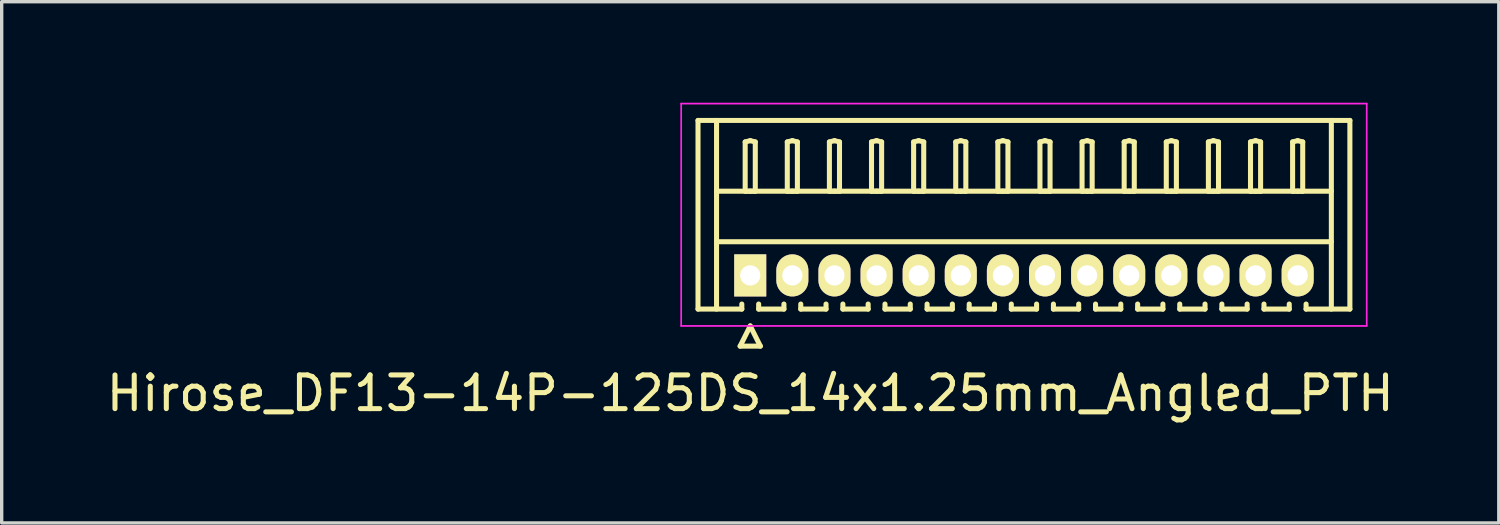
<source format=kicad_pcb>
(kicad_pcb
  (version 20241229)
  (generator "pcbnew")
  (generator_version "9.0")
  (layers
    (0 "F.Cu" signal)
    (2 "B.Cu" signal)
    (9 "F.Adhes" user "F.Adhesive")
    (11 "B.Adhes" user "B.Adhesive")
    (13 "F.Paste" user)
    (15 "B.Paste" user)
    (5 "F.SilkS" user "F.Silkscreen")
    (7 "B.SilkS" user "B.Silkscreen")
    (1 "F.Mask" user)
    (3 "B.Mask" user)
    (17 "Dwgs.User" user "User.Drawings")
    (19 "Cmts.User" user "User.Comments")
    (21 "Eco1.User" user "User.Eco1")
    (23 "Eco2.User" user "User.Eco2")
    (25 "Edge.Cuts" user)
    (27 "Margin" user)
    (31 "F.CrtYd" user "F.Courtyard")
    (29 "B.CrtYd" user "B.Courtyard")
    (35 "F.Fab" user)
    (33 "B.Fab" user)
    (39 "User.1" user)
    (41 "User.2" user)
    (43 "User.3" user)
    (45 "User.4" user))
  (footprint "Hirose_DF13-14P-125DS_14x1.25mm_Angled_PTH"
    (layer "F.Cu")
    (at 19.22 5.125)
    (property "Reference" "Hirose_DF13-14P-125DS_14x1.25mm_Angled_PTH" (at 0 3.5 0) (layer "F.SilkS") (effects (font (size 1 1) (thickness 0.15))))
    (attr through_hole)
    (fp_line (start -1.55 -4.6) (end 17.8 -4.6) (stroke (width 0.15) (type solid)) (layer "F.SilkS"))
    (fp_line (start -1.55 1) (end -1.55 -4.6) (stroke (width 0.15) (type solid)) (layer "F.SilkS"))
    (fp_line (start -1 -4.6) (end -1 1) (stroke (width 0.15) (type solid)) (layer "F.SilkS"))
    (fp_line (start -1 -2.5) (end 17.25 -2.5) (stroke (width 0.15) (type solid)) (layer "F.SilkS"))
    (fp_line (start -1 -1) (end 17.25 -1) (stroke (width 0.15) (type solid)) (layer "F.SilkS"))
    (fp_line (start -0.3 2.1) (end 0.3 2.1) (stroke (width 0.15) (type solid)) (layer "F.SilkS"))
    (fp_line (start -0.25 0.85) (end -0.25 1) (stroke (width 0.15) (type solid)) (layer "F.SilkS"))
    (fp_line (start -0.25 1) (end -1.55 1) (stroke (width 0.15) (type solid)) (layer "F.SilkS"))
    (fp_line (start -0.15 -3.962) (end 0 -4) (stroke (width 0.15) (type solid)) (layer "F.SilkS"))
    (fp_line (start -0.15 -2.5) (end -0.15 -3.962) (stroke (width 0.15) (type solid)) (layer "F.SilkS"))
    (fp_line (start 0 -4) (end 0.15 -3.962) (stroke (width 0.15) (type solid)) (layer "F.SilkS"))
    (fp_line (start 0 -2.5) (end -0.15 -2.5) (stroke (width 0.15) (type solid)) (layer "F.SilkS"))
    (fp_line (start 0 1.5) (end -0.3 2.1) (stroke (width 0.15) (type solid)) (layer "F.SilkS"))
    (fp_line (start 0.15 -3.962) (end 0.15 -2.5) (stroke (width 0.15) (type solid)) (layer "F.SilkS"))
    (fp_line (start 0.15 -2.5) (end 0 -2.5) (stroke (width 0.15) (type solid)) (layer "F.SilkS"))
    (fp_line (start 0.25 0.85) (end 0.25 1) (stroke (width 0.15) (type solid)) (layer "F.SilkS"))
    (fp_line (start 0.25 1) (end 1 1) (stroke (width 0.15) (type solid)) (layer "F.SilkS"))
    (fp_line (start 0.3 2.1) (end 0 1.5) (stroke (width 0.15) (type solid)) (layer "F.SilkS"))
    (fp_line (start 1 1) (end 1 0.85) (stroke (width 0.15) (type solid)) (layer "F.SilkS"))
    (fp_line (start 1.1 -3.962) (end 1.25 -4) (stroke (width 0.15) (type solid)) (layer "F.SilkS"))
    (fp_line (start 1.1 -2.5) (end 1.1 -3.962) (stroke (width 0.15) (type solid)) (layer "F.SilkS"))
    (fp_line (start 1.25 -4) (end 1.4 -3.962) (stroke (width 0.15) (type solid)) (layer "F.SilkS"))
    (fp_line (start 1.25 -2.5) (end 1.1 -2.5) (stroke (width 0.15) (type solid)) (layer "F.SilkS"))
    (fp_line (start 1.4 -3.962) (end 1.4 -2.5) (stroke (width 0.15) (type solid)) (layer "F.SilkS"))
    (fp_line (start 1.4 -2.5) (end 1.25 -2.5) (stroke (width 0.15) (type solid)) (layer "F.SilkS"))
    (fp_line (start 1.5 0.85) (end 1.5 1) (stroke (width 0.15) (type solid)) (layer "F.SilkS"))
    (fp_line (start 1.5 1) (end 2.25 1) (stroke (width 0.15) (type solid)) (layer "F.SilkS"))
    (fp_line (start 2.25 1) (end 2.25 0.85) (stroke (width 0.15) (type solid)) (layer "F.SilkS"))
    (fp_line (start 2.35 -3.962) (end 2.5 -4) (stroke (width 0.15) (type solid)) (layer "F.SilkS"))
    (fp_line (start 2.35 -2.5) (end 2.35 -3.962) (stroke (width 0.15) (type solid)) (layer "F.SilkS"))
    (fp_line (start 2.5 -4) (end 2.65 -3.962) (stroke (width 0.15) (type solid)) (layer "F.SilkS"))
    (fp_line (start 2.5 -2.5) (end 2.35 -2.5) (stroke (width 0.15) (type solid)) (layer "F.SilkS"))
    (fp_line (start 2.65 -3.962) (end 2.65 -2.5) (stroke (width 0.15) (type solid)) (layer "F.SilkS"))
    (fp_line (start 2.65 -2.5) (end 2.5 -2.5) (stroke (width 0.15) (type solid)) (layer "F.SilkS"))
    (fp_line (start 2.75 0.85) (end 2.75 1) (stroke (width 0.15) (type solid)) (layer "F.SilkS"))
    (fp_line (start 2.75 1) (end 3.5 1) (stroke (width 0.15) (type solid)) (layer "F.SilkS"))
    (fp_line (start 3.5 1) (end 3.5 0.85) (stroke (width 0.15) (type solid)) (layer "F.SilkS"))
    (fp_line (start 3.6 -3.962) (end 3.75 -4) (stroke (width 0.15) (type solid)) (layer "F.SilkS"))
    (fp_line (start 3.6 -2.5) (end 3.6 -3.962) (stroke (width 0.15) (type solid)) (layer "F.SilkS"))
    (fp_line (start 3.75 -4) (end 3.9 -3.962) (stroke (width 0.15) (type solid)) (layer "F.SilkS"))
    (fp_line (start 3.75 -2.5) (end 3.6 -2.5) (stroke (width 0.15) (type solid)) (layer "F.SilkS"))
    (fp_line (start 3.9 -3.962) (end 3.9 -2.5) (stroke (width 0.15) (type solid)) (layer "F.SilkS"))
    (fp_line (start 3.9 -2.5) (end 3.75 -2.5) (stroke (width 0.15) (type solid)) (layer "F.SilkS"))
    (fp_line (start 4 0.85) (end 4 1) (stroke (width 0.15) (type solid)) (layer "F.SilkS"))
    (fp_line (start 4 1) (end 4.75 1) (stroke (width 0.15) (type solid)) (layer "F.SilkS"))
    (fp_line (start 4.75 1) (end 4.75 0.85) (stroke (width 0.15) (type solid)) (layer "F.SilkS"))
    (fp_line (start 4.85 -3.962) (end 5 -4) (stroke (width 0.15) (type solid)) (layer "F.SilkS"))
    (fp_line (start 4.85 -2.5) (end 4.85 -3.962) (stroke (width 0.15) (type solid)) (layer "F.SilkS"))
    (fp_line (start 5 -4) (end 5.15 -3.962) (stroke (width 0.15) (type solid)) (layer "F.SilkS"))
    (fp_line (start 5 -2.5) (end 4.85 -2.5) (stroke (width 0.15) (type solid)) (layer "F.SilkS"))
    (fp_line (start 5.15 -3.962) (end 5.15 -2.5) (stroke (width 0.15) (type solid)) (layer "F.SilkS"))
    (fp_line (start 5.15 -2.5) (end 5 -2.5) (stroke (width 0.15) (type solid)) (layer "F.SilkS"))
    (fp_line (start 5.25 0.85) (end 5.25 1) (stroke (width 0.15) (type solid)) (layer "F.SilkS"))
    (fp_line (start 5.25 1) (end 6 1) (stroke (width 0.15) (type solid)) (layer "F.SilkS"))
    (fp_line (start 6 1) (end 6 0.85) (stroke (width 0.15) (type solid)) (layer "F.SilkS"))
    (fp_line (start 6.1 -3.962) (end 6.25 -4) (stroke (width 0.15) (type solid)) (layer "F.SilkS"))
    (fp_line (start 6.1 -2.5) (end 6.1 -3.962) (stroke (width 0.15) (type solid)) (layer "F.SilkS"))
    (fp_line (start 6.25 -4) (end 6.4 -3.962) (stroke (width 0.15) (type solid)) (layer "F.SilkS"))
    (fp_line (start 6.25 -2.5) (end 6.1 -2.5) (stroke (width 0.15) (type solid)) (layer "F.SilkS"))
    (fp_line (start 6.4 -3.962) (end 6.4 -2.5) (stroke (width 0.15) (type solid)) (layer "F.SilkS"))
    (fp_line (start 6.4 -2.5) (end 6.25 -2.5) (stroke (width 0.15) (type solid)) (layer "F.SilkS"))
    (fp_line (start 6.5 0.85) (end 6.5 1) (stroke (width 0.15) (type solid)) (layer "F.SilkS"))
    (fp_line (start 6.5 1) (end 7.25 1) (stroke (width 0.15) (type solid)) (layer "F.SilkS"))
    (fp_line (start 7.25 1) (end 7.25 0.85) (stroke (width 0.15) (type solid)) (layer "F.SilkS"))
    (fp_line (start 7.35 -3.962) (end 7.5 -4) (stroke (width 0.15) (type solid)) (layer "F.SilkS"))
    (fp_line (start 7.35 -2.5) (end 7.35 -3.962) (stroke (width 0.15) (type solid)) (layer "F.SilkS"))
    (fp_line (start 7.5 -4) (end 7.65 -3.962) (stroke (width 0.15) (type solid)) (layer "F.SilkS"))
    (fp_line (start 7.5 -2.5) (end 7.35 -2.5) (stroke (width 0.15) (type solid)) (layer "F.SilkS"))
    (fp_line (start 7.65 -3.962) (end 7.65 -2.5) (stroke (width 0.15) (type solid)) (layer "F.SilkS"))
    (fp_line (start 7.65 -2.5) (end 7.5 -2.5) (stroke (width 0.15) (type solid)) (layer "F.SilkS"))
    (fp_line (start 7.75 0.85) (end 7.75 1) (stroke (width 0.15) (type solid)) (layer "F.SilkS"))
    (fp_line (start 7.75 1) (end 8.5 1) (stroke (width 0.15) (type solid)) (layer "F.SilkS"))
    (fp_line (start 8.5 1) (end 8.5 0.85) (stroke (width 0.15) (type solid)) (layer "F.SilkS"))
    (fp_line (start 8.6 -3.962) (end 8.75 -4) (stroke (width 0.15) (type solid)) (layer "F.SilkS"))
    (fp_line (start 8.6 -2.5) (end 8.6 -3.962) (stroke (width 0.15) (type solid)) (layer "F.SilkS"))
    (fp_line (start 8.75 -4) (end 8.9 -3.962) (stroke (width 0.15) (type solid)) (layer "F.SilkS"))
    (fp_line (start 8.75 -2.5) (end 8.6 -2.5) (stroke (width 0.15) (type solid)) (layer "F.SilkS"))
    (fp_line (start 8.9 -3.962) (end 8.9 -2.5) (stroke (width 0.15) (type solid)) (layer "F.SilkS"))
    (fp_line (start 8.9 -2.5) (end 8.75 -2.5) (stroke (width 0.15) (type solid)) (layer "F.SilkS"))
    (fp_line (start 9 0.85) (end 9 1) (stroke (width 0.15) (type solid)) (layer "F.SilkS"))
    (fp_line (start 9 1) (end 9.75 1) (stroke (width 0.15) (type solid)) (layer "F.SilkS"))
    (fp_line (start 9.75 1) (end 9.75 0.85) (stroke (width 0.15) (type solid)) (layer "F.SilkS"))
    (fp_line (start 9.85 -3.962) (end 10 -4) (stroke (width 0.15) (type solid)) (layer "F.SilkS"))
    (fp_line (start 9.85 -2.5) (end 9.85 -3.962) (stroke (width 0.15) (type solid)) (layer "F.SilkS"))
    (fp_line (start 10 -4) (end 10.15 -3.962) (stroke (width 0.15) (type solid)) (layer "F.SilkS"))
    (fp_line (start 10 -2.5) (end 9.85 -2.5) (stroke (width 0.15) (type solid)) (layer "F.SilkS"))
    (fp_line (start 10.15 -3.962) (end 10.15 -2.5) (stroke (width 0.15) (type solid)) (layer "F.SilkS"))
    (fp_line (start 10.15 -2.5) (end 10 -2.5) (stroke (width 0.15) (type solid)) (layer "F.SilkS"))
    (fp_line (start 10.25 0.85) (end 10.25 1) (stroke (width 0.15) (type solid)) (layer "F.SilkS"))
    (fp_line (start 10.25 1) (end 11 1) (stroke (width 0.15) (type solid)) (layer "F.SilkS"))
    (fp_line (start 11 1) (end 11 0.85) (stroke (width 0.15) (type solid)) (layer "F.SilkS"))
    (fp_line (start 11.1 -3.962) (end 11.25 -4) (stroke (width 0.15) (type solid)) (layer "F.SilkS"))
    (fp_line (start 11.1 -2.5) (end 11.1 -3.962) (stroke (width 0.15) (type solid)) (layer "F.SilkS"))
    (fp_line (start 11.25 -4) (end 11.4 -3.962) (stroke (width 0.15) (type solid)) (layer "F.SilkS"))
    (fp_line (start 11.25 -2.5) (end 11.1 -2.5) (stroke (width 0.15) (type solid)) (layer "F.SilkS"))
    (fp_line (start 11.4 -3.962) (end 11.4 -2.5) (stroke (width 0.15) (type solid)) (layer "F.SilkS"))
    (fp_line (start 11.4 -2.5) (end 11.25 -2.5) (stroke (width 0.15) (type solid)) (layer "F.SilkS"))
    (fp_line (start 11.5 0.85) (end 11.5 1) (stroke (width 0.15) (type solid)) (layer "F.SilkS"))
    (fp_line (start 11.5 1) (end 12.25 1) (stroke (width 0.15) (type solid)) (layer "F.SilkS"))
    (fp_line (start 12.25 1) (end 12.25 0.85) (stroke (width 0.15) (type solid)) (layer "F.SilkS"))
    (fp_line (start 12.35 -3.962) (end 12.5 -4) (stroke (width 0.15) (type solid)) (layer "F.SilkS"))
    (fp_line (start 12.35 -2.5) (end 12.35 -3.962) (stroke (width 0.15) (type solid)) (layer "F.SilkS"))
    (fp_line (start 12.5 -4) (end 12.65 -3.962) (stroke (width 0.15) (type solid)) (layer "F.SilkS"))
    (fp_line (start 12.5 -2.5) (end 12.35 -2.5) (stroke (width 0.15) (type solid)) (layer "F.SilkS"))
    (fp_line (start 12.65 -3.962) (end 12.65 -2.5) (stroke (width 0.15) (type solid)) (layer "F.SilkS"))
    (fp_line (start 12.65 -2.5) (end 12.5 -2.5) (stroke (width 0.15) (type solid)) (layer "F.SilkS"))
    (fp_line (start 12.75 0.85) (end 12.75 1) (stroke (width 0.15) (type solid)) (layer "F.SilkS"))
    (fp_line (start 12.75 1) (end 13.5 1) (stroke (width 0.15) (type solid)) (layer "F.SilkS"))
    (fp_line (start 13.5 1) (end 13.5 0.85) (stroke (width 0.15) (type solid)) (layer "F.SilkS"))
    (fp_line (start 13.6 -3.962) (end 13.75 -4) (stroke (width 0.15) (type solid)) (layer "F.SilkS"))
    (fp_line (start 13.6 -2.5) (end 13.6 -3.962) (stroke (width 0.15) (type solid)) (layer "F.SilkS"))
    (fp_line (start 13.75 -4) (end 13.9 -3.962) (stroke (width 0.15) (type solid)) (layer "F.SilkS"))
    (fp_line (start 13.75 -2.5) (end 13.6 -2.5) (stroke (width 0.15) (type solid)) (layer "F.SilkS"))
    (fp_line (start 13.9 -3.962) (end 13.9 -2.5) (stroke (width 0.15) (type solid)) (layer "F.SilkS"))
    (fp_line (start 13.9 -2.5) (end 13.75 -2.5) (stroke (width 0.15) (type solid)) (layer "F.SilkS"))
    (fp_line (start 14 0.85) (end 14 1) (stroke (width 0.15) (type solid)) (layer "F.SilkS"))
    (fp_line (start 14 1) (end 14.75 1) (stroke (width 0.15) (type solid)) (layer "F.SilkS"))
    (fp_line (start 14.75 1) (end 14.75 0.85) (stroke (width 0.15) (type solid)) (layer "F.SilkS"))
    (fp_line (start 14.85 -3.962) (end 15 -4) (stroke (width 0.15) (type solid)) (layer "F.SilkS"))
    (fp_line (start 14.85 -2.5) (end 14.85 -3.962) (stroke (width 0.15) (type solid)) (layer "F.SilkS"))
    (fp_line (start 15 -4) (end 15.15 -3.962) (stroke (width 0.15) (type solid)) (layer "F.SilkS"))
    (fp_line (start 15 -2.5) (end 14.85 -2.5) (stroke (width 0.15) (type solid)) (layer "F.SilkS"))
    (fp_line (start 15.15 -3.962) (end 15.15 -2.5) (stroke (width 0.15) (type solid)) (layer "F.SilkS"))
    (fp_line (start 15.15 -2.5) (end 15 -2.5) (stroke (width 0.15) (type solid)) (layer "F.SilkS"))
    (fp_line (start 15.25 0.85) (end 15.25 1) (stroke (width 0.15) (type solid)) (layer "F.SilkS"))
    (fp_line (start 15.25 1) (end 16 1) (stroke (width 0.15) (type solid)) (layer "F.SilkS"))
    (fp_line (start 16 1) (end 16 0.85) (stroke (width 0.15) (type solid)) (layer "F.SilkS"))
    (fp_line (start 16.1 -3.962) (end 16.25 -4) (stroke (width 0.15) (type solid)) (layer "F.SilkS"))
    (fp_line (start 16.1 -2.5) (end 16.1 -3.962) (stroke (width 0.15) (type solid)) (layer "F.SilkS"))
    (fp_line (start 16.25 -4) (end 16.4 -3.962) (stroke (width 0.15) (type solid)) (layer "F.SilkS"))
    (fp_line (start 16.25 -2.5) (end 16.1 -2.5) (stroke (width 0.15) (type solid)) (layer "F.SilkS"))
    (fp_line (start 16.4 -3.962) (end 16.4 -2.5) (stroke (width 0.15) (type solid)) (layer "F.SilkS"))
    (fp_line (start 16.4 -2.5) (end 16.25 -2.5) (stroke (width 0.15) (type solid)) (layer "F.SilkS"))
    (fp_line (start 16.5 1) (end 16.5 0.85) (stroke (width 0.15) (type solid)) (layer "F.SilkS"))
    (fp_line (start 17.25 -4.6) (end 17.25 1) (stroke (width 0.15) (type solid)) (layer "F.SilkS"))
    (fp_line (start 17.8 -4.6) (end 17.8 1) (stroke (width 0.15) (type solid)) (layer "F.SilkS"))
    (fp_line (start 17.8 1) (end 16.5 1) (stroke (width 0.15) (type solid)) (layer "F.SilkS"))
    (fp_line (start -2.05 -5.1) (end -2.05 1.5) (stroke (width 0.05) (type solid)) (layer "F.CrtYd"))
    (fp_line (start -2.05 1.5) (end 18.3 1.5) (stroke (width 0.05) (type solid)) (layer "F.CrtYd"))
    (fp_line (start 18.3 -5.1) (end -2.05 -5.1) (stroke (width 0.05) (type solid)) (layer "F.CrtYd"))
    (fp_line (start 18.3 1.5) (end 18.3 -5.1) (stroke (width 0.05) (type solid)) (layer "F.CrtYd"))
    (pad "1" thru_hole rect (at 0 0) (size 0.95 1.25) (drill 0.6) (layers "*.Cu" "*.Mask" "F.SilkS"))
    (pad "2" thru_hole oval (at 1.25 0) (size 0.95 1.25) (drill 0.6) (layers "*.Cu" "*.Mask" "F.SilkS"))
    (pad "3" thru_hole oval (at 2.5 0) (size 0.95 1.25) (drill 0.6) (layers "*.Cu" "*.Mask" "F.SilkS"))
    (pad "4" thru_hole oval (at 3.75 0) (size 0.95 1.25) (drill 0.6) (layers "*.Cu" "*.Mask" "F.SilkS"))
    (pad "5" thru_hole oval (at 5 0) (size 0.95 1.25) (drill 0.6) (layers "*.Cu" "*.Mask" "F.SilkS"))
    (pad "6" thru_hole oval (at 6.25 0) (size 0.95 1.25) (drill 0.6) (layers "*.Cu" "*.Mask" "F.SilkS"))
    (pad "7" thru_hole oval (at 7.5 0) (size 0.95 1.25) (drill 0.6) (layers "*.Cu" "*.Mask" "F.SilkS"))
    (pad "8" thru_hole oval (at 8.75 0) (size 0.95 1.25) (drill 0.6) (layers "*.Cu" "*.Mask" "F.SilkS"))
    (pad "9" thru_hole oval (at 10 0) (size 0.95 1.25) (drill 0.6) (layers "*.Cu" "*.Mask" "F.SilkS"))
    (pad "10" thru_hole oval (at 11.25 0) (size 0.95 1.25) (drill 0.6) (layers "*.Cu" "*.Mask" "F.SilkS"))
    (pad "11" thru_hole oval (at 12.5 0) (size 0.95 1.25) (drill 0.6) (layers "*.Cu" "*.Mask" "F.SilkS"))
    (pad "12" thru_hole oval (at 13.75 0) (size 0.95 1.25) (drill 0.6) (layers "*.Cu" "*.Mask" "F.SilkS"))
    (pad "13" thru_hole oval (at 15 0) (size 0.95 1.25) (drill 0.6) (layers "*.Cu" "*.Mask" "F.SilkS"))
    (pad "14" thru_hole oval (at 16.25 0) (size 0.95 1.25) (drill 0.6) (layers "*.Cu" "*.Mask" "F.SilkS")))
  (gr_rect
    (start -3 -3)
    (end 41.44 12.473)
    (stroke (width 0.1) (type default))
    (fill no)
    (layer "Edge.Cuts")))
</source>
